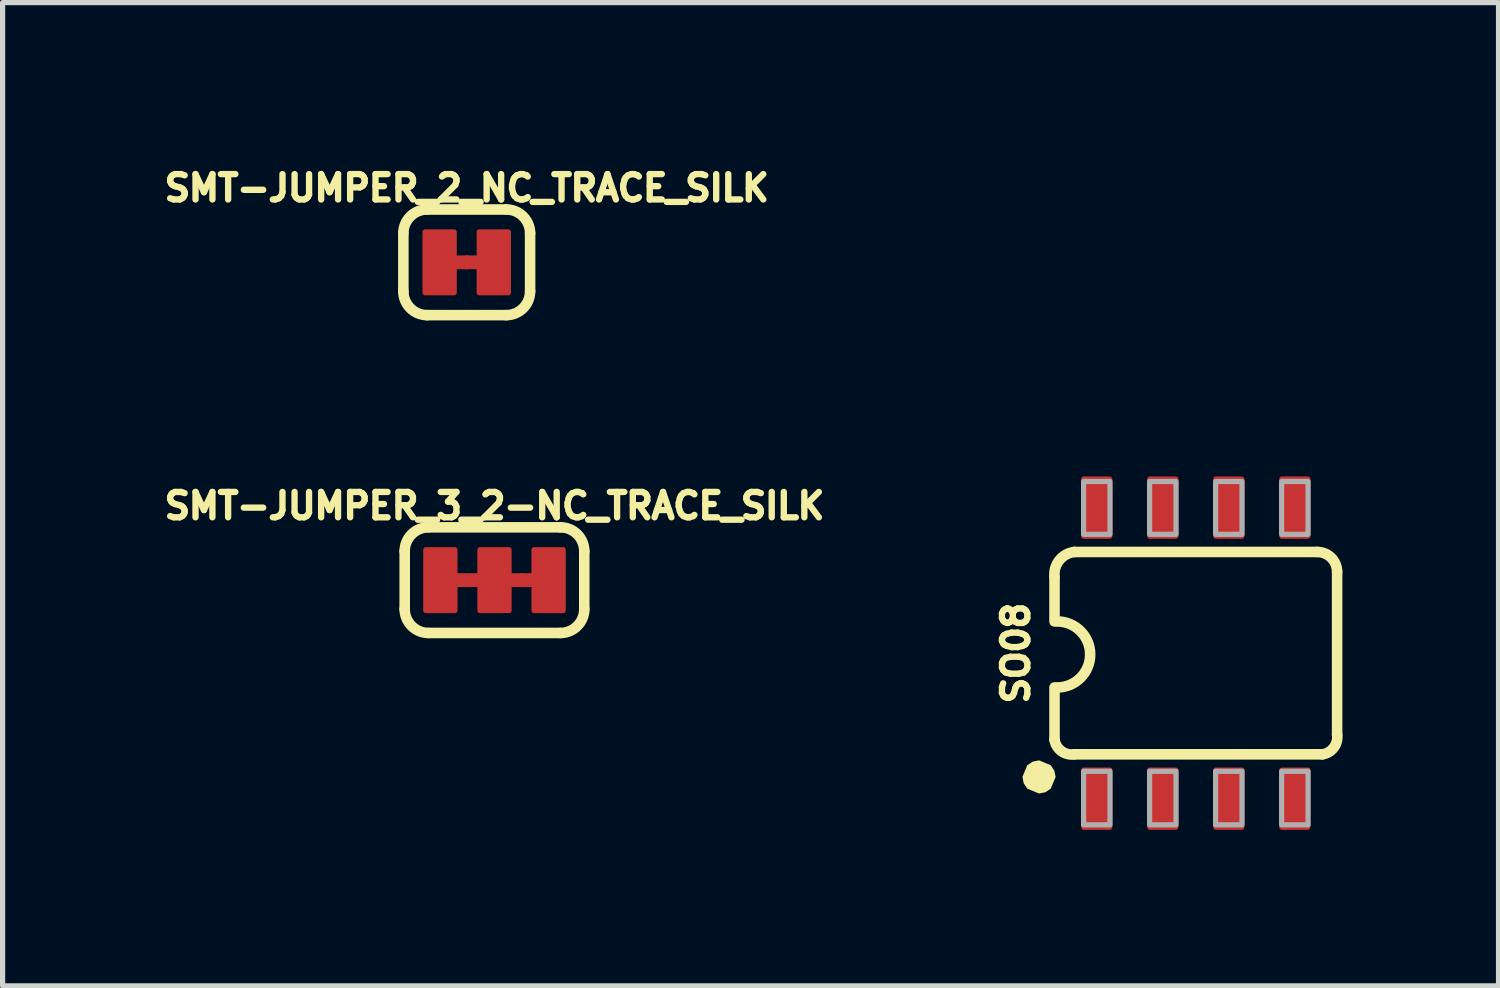
<source format=kicad_pcb>
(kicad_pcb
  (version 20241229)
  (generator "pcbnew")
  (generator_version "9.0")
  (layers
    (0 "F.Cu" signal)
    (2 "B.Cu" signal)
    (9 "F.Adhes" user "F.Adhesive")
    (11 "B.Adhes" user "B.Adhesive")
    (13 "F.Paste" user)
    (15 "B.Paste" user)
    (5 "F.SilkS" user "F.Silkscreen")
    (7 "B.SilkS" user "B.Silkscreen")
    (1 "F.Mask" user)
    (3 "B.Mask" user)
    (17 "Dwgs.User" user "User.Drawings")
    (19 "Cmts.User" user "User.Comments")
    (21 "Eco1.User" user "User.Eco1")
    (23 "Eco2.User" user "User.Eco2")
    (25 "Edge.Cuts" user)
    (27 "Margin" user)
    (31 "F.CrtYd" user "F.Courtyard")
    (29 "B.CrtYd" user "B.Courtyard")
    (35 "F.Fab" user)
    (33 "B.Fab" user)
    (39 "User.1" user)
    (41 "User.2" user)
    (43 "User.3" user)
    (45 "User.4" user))
  (footprint "SMT-JUMPER_2_NC_TRACE_SILK"
    (layer "F.Cu")
    (at 5.928 1.996)
    (property "Reference" "SMT-JUMPER_2_NC_TRACE_SILK" (at 0 -1.143 0) (layer "F.SilkS") (effects (font (size 0.488 0.488) (thickness 0.122)) (justify bottom)))
    (fp_poly (pts (xy 0.032 0.133) (xy -0.705 0.133) (xy -0.705 -0.133) (xy 0.032 -0.133)) (stroke (width 0) (type default)) (fill yes) (layer "F.Cu"))
    (fp_poly (pts (xy 0.705 0.133) (xy -0.032 0.133) (xy -0.032 -0.133) (xy 0.705 -0.133)) (stroke (width 0) (type default)) (fill yes) (layer "F.Cu"))
    (fp_poly (pts (xy 0.254 0.191) (xy -0.254 0.191) (xy -0.254 -0.191) (xy 0.254 -0.191)) (stroke (width 0) (type default)) (fill yes) (layer "F.Mask"))
    (fp_line (start -1.219 0.559) (end -1.219 -0.559) (stroke (width 0.203) (type solid)) (layer "F.SilkS"))
    (fp_line (start -0.762 -1.016) (end 0.762 -1.016) (stroke (width 0.203) (type solid)) (layer "F.SilkS"))
    (fp_line (start 0.762 1.016) (end -0.762 1.016) (stroke (width 0.203) (type solid)) (layer "F.SilkS"))
    (fp_line (start 1.219 0.559) (end 1.219 -0.559) (stroke (width 0.203) (type solid)) (layer "F.SilkS"))
    (fp_arc (start -1.2192 -0.5588) (mid -1.085289 -0.882089) (end -0.762 -1.016) (stroke (width 0.2032) (type solid)) (layer "F.SilkS"))
    (fp_arc (start -0.762 1.016) (mid -1.085289 0.882089) (end -1.2192 0.5588) (stroke (width 0.2032) (type solid)) (layer "F.SilkS"))
    (fp_arc (start 0.762 -1.016) (mid 1.085289 -0.882089) (end 1.2192 -0.5588) (stroke (width 0.2032) (type solid)) (layer "F.SilkS"))
    (fp_arc (start 1.2192 0.5588) (mid 1.085289 0.882089) (end 0.762 1.016) (stroke (width 0.2032) (type solid)) (layer "F.SilkS"))
    (pad "1" smd roundrect (at -0.521 0) (size 0.66 1.27) (layers "F.Cu" "F.Mask") (roundrect_rratio 0.077))
    (pad "2" smd roundrect (at 0.521 0) (size 0.66 1.27) (layers "F.Cu" "F.Mask") (roundrect_rratio 0.077)))
  (footprint "SO08"
    (layer "F.Cu")
    (at 19.953 9.514)
    (property "Reference" "SO08" (at -3.175 0 90) (layer "F.SilkS") (effects (font (size 0.488 0.488) (thickness 0.122)) (justify bottom)))
    (fp_line (start -2.718 -1.453) (end -2.718 -0.61) (stroke (width 0.203) (type solid)) (layer "F.SilkS"))
    (fp_line (start -2.718 1.665) (end -2.718 0.66) (stroke (width 0.203) (type solid)) (layer "F.SilkS"))
    (fp_line (start -2.337 1.946) (end 2.437 1.946) (stroke (width 0.203) (type solid)) (layer "F.SilkS"))
    (fp_line (start 2.337 -1.946) (end -2.337 -1.946) (stroke (width 0.203) (type solid)) (layer "F.SilkS"))
    (fp_line (start 2.718 1.565) (end 2.718 -1.565) (stroke (width 0.203) (type solid)) (layer "F.SilkS"))
    (fp_arc (start -2.7178 -1.4653) (mid -2.626948 -1.784731) (end -2.3368 -1.9463) (stroke (width 0.2032) (type solid)) (layer "F.SilkS"))
    (fp_arc (start -2.667 -0.6096) (mid -2.032 0.0254) (end -2.667 0.6604) (stroke (width 0.2032) (type solid)) (layer "F.SilkS"))
    (fp_arc (start -2.336799 1.946301) (mid -2.58554 1.884767) (end -2.7178 1.6653) (stroke (width 0.2032) (type solid)) (layer "F.SilkS"))
    (fp_arc (start 2.3368 -1.9463) (mid 2.606237 -1.834736) (end 2.7178 -1.565298) (stroke (width 0.2032) (type solid)) (layer "F.SilkS"))
    (fp_arc (start 2.7178 1.5653) (mid 2.656208 1.813997) (end 2.4368 1.9463) (stroke (width 0.2032) (type solid)) (layer "F.SilkS"))
    (fp_poly (pts (xy -2.791 2.156) (xy -2.722 2.259) (xy -2.697 2.381) (xy -2.791 2.607) (xy -2.894 2.676) (xy -3.016 2.7) (xy -3.242 2.607) (xy -3.311 2.503) (xy -3.335 2.381) (xy -3.242 2.156) (xy -3.138 2.087) (xy -3.016 2.062)) (stroke (width 0) (type default)) (fill yes) (layer "F.SilkS"))
    (fp_poly (pts (xy -2.159 -2.286) (xy -1.651 -2.286) (xy -1.651 -3.302) (xy -2.159 -3.302)) (stroke (width 0.1) (type default)) (fill no) (layer "F.Fab"))
    (fp_poly (pts (xy -2.159 3.302) (xy -1.651 3.302) (xy -1.651 2.273) (xy -2.159 2.273)) (stroke (width 0.1) (type default)) (fill no) (layer "F.Fab"))
    (fp_poly (pts (xy -0.889 -2.286) (xy -0.381 -2.286) (xy -0.381 -3.302) (xy -0.889 -3.302)) (stroke (width 0.1) (type default)) (fill no) (layer "F.Fab"))
    (fp_poly (pts (xy -0.889 3.302) (xy -0.381 3.302) (xy -0.381 2.273) (xy -0.889 2.273)) (stroke (width 0.1) (type default)) (fill no) (layer "F.Fab"))
    (fp_poly (pts (xy 0.381 -2.286) (xy 0.889 -2.286) (xy 0.889 -3.302) (xy 0.381 -3.302)) (stroke (width 0.1) (type default)) (fill no) (layer "F.Fab"))
    (fp_poly (pts (xy 0.381 3.302) (xy 0.889 3.302) (xy 0.889 2.273) (xy 0.381 2.273)) (stroke (width 0.1) (type default)) (fill no) (layer "F.Fab"))
    (fp_poly (pts (xy 1.651 -2.286) (xy 2.159 -2.286) (xy 2.159 -3.302) (xy 1.651 -3.302)) (stroke (width 0.1) (type default)) (fill no) (layer "F.Fab"))
    (fp_poly (pts (xy 1.651 3.302) (xy 2.159 3.302) (xy 2.159 2.273) (xy 1.651 2.273)) (stroke (width 0.1) (type default)) (fill no) (layer "F.Fab"))
    (pad "1" smd roundrect (at -1.905 2.8) (size 0.6 1.2) (layers "F.Cu" "F.Mask" "F.Paste") (roundrect_rratio 0.085))
    (pad "2" smd roundrect (at -0.635 2.8) (size 0.6 1.2) (layers "F.Cu" "F.Mask" "F.Paste") (roundrect_rratio 0.085))
    (pad "3" smd roundrect (at 0.635 2.8) (size 0.6 1.2) (layers "F.Cu" "F.Mask" "F.Paste") (roundrect_rratio 0.085))
    (pad "4" smd roundrect (at 1.905 2.8) (size 0.6 1.2) (layers "F.Cu" "F.Mask" "F.Paste") (roundrect_rratio 0.085))
    (pad "5" smd roundrect (at 1.905 -2.8) (size 0.6 1.2) (layers "F.Cu" "F.Mask" "F.Paste") (roundrect_rratio 0.085))
    (pad "6" smd roundrect (at 0.635 -2.8) (size 0.6 1.2) (layers "F.Cu" "F.Mask" "F.Paste") (roundrect_rratio 0.085))
    (pad "7" smd roundrect (at -0.635 -2.8) (size 0.6 1.2) (layers "F.Cu" "F.Mask" "F.Paste") (roundrect_rratio 0.085))
    (pad "8" smd roundrect (at -1.905 -2.8) (size 0.6 1.2) (layers "F.Cu" "F.Mask" "F.Paste") (roundrect_rratio 0.085)))
  (footprint "SMT-JUMPER_3_2-NC_TRACE_SILK"
    (layer "F.Cu")
    (at 6.462 8.11)
    (property "Reference" "SMT-JUMPER_3_2-NC_TRACE_SILK" (at 0 -1.143 0) (layer "F.SilkS") (effects (font (size 0.488 0.488) (thickness 0.122)) (justify bottom)))
    (fp_poly (pts (xy -0.502 0.133) (xy -1.238 0.133) (xy -1.238 -0.133) (xy -0.502 -0.133)) (stroke (width 0) (type default)) (fill yes) (layer "F.Cu"))
    (fp_poly (pts (xy 0.54 0.133) (xy -0.54 0.133) (xy -0.54 -0.133) (xy 0.54 -0.133)) (stroke (width 0) (type default)) (fill yes) (layer "F.Cu"))
    (fp_poly (pts (xy 1.238 0.133) (xy 0.502 0.133) (xy 0.502 -0.133) (xy 1.238 -0.133)) (stroke (width 0) (type default)) (fill yes) (layer "F.Cu"))
    (fp_poly (pts (xy -0.254 0.191) (xy -0.762 0.191) (xy -0.762 -0.191) (xy -0.254 -0.191)) (stroke (width 0) (type default)) (fill yes) (layer "F.Mask"))
    (fp_poly (pts (xy 0.762 0.191) (xy 0.254 0.191) (xy 0.254 -0.191) (xy 0.762 -0.191)) (stroke (width 0) (type default)) (fill yes) (layer "F.Mask"))
    (fp_line (start -1.727 0.559) (end -1.727 -0.559) (stroke (width 0.203) (type solid)) (layer "F.SilkS"))
    (fp_line (start -1.27 -1.016) (end 1.27 -1.016) (stroke (width 0.203) (type solid)) (layer "F.SilkS"))
    (fp_line (start 1.27 1.016) (end -1.27 1.016) (stroke (width 0.203) (type solid)) (layer "F.SilkS"))
    (fp_line (start 1.727 0.559) (end 1.727 -0.559) (stroke (width 0.203) (type solid)) (layer "F.SilkS"))
    (fp_arc (start -1.7272 -0.5588) (mid -1.593289 -0.882089) (end -1.27 -1.016) (stroke (width 0.2032) (type solid)) (layer "F.SilkS"))
    (fp_arc (start -1.27 1.016) (mid -1.593289 0.882089) (end -1.7272 0.5588) (stroke (width 0.2032) (type solid)) (layer "F.SilkS"))
    (fp_arc (start 1.27 -1.016) (mid 1.593289 -0.882089) (end 1.7272 -0.5588) (stroke (width 0.2032) (type solid)) (layer "F.SilkS"))
    (fp_arc (start 1.7272 0.5588) (mid 1.593289 0.882089) (end 1.27 1.016) (stroke (width 0.2032) (type solid)) (layer "F.SilkS"))
    (pad "1" smd roundrect (at -1.041 0) (size 0.66 1.27) (layers "F.Cu" "F.Mask") (roundrect_rratio 0.077))
    (pad "2" smd roundrect (at 0 0) (size 0.66 1.27) (layers "F.Cu" "F.Mask") (roundrect_rratio 0.077))
    (pad "3" smd roundrect (at 1.041 0) (size 0.66 1.27) (layers "F.Cu" "F.Mask") (roundrect_rratio 0.077)))
  (gr_rect
    (start -3 -3)
    (end 25.776 15.914)
    (stroke (width 0.1) (type default))
    (fill no)
    (layer "Edge.Cuts")))
</source>
